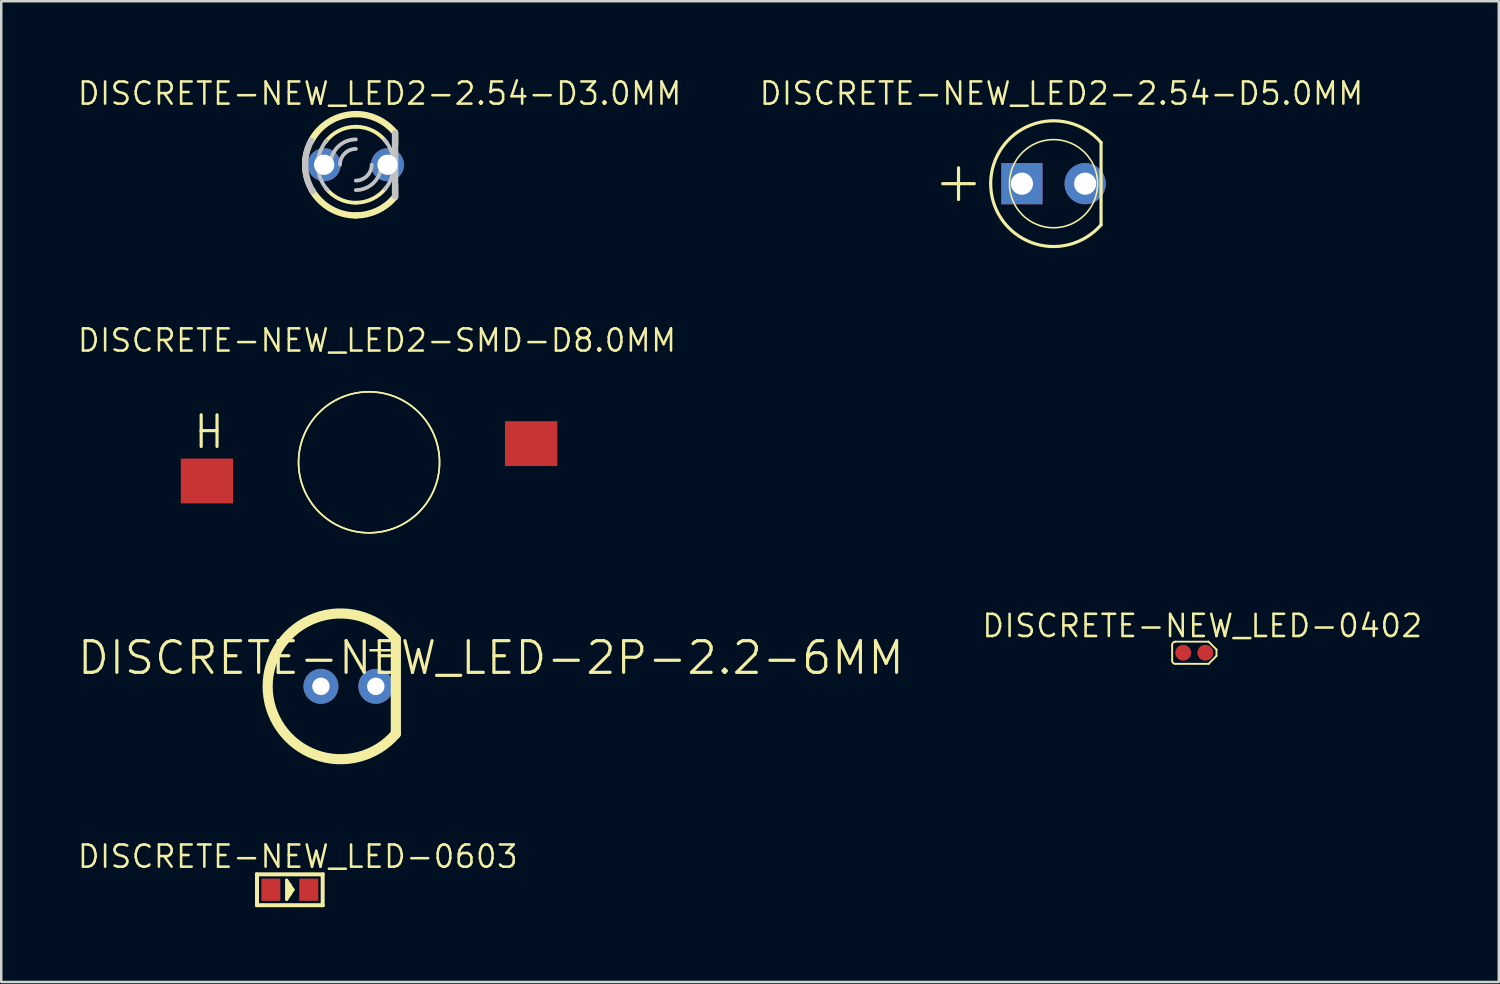
<source format=kicad_pcb>
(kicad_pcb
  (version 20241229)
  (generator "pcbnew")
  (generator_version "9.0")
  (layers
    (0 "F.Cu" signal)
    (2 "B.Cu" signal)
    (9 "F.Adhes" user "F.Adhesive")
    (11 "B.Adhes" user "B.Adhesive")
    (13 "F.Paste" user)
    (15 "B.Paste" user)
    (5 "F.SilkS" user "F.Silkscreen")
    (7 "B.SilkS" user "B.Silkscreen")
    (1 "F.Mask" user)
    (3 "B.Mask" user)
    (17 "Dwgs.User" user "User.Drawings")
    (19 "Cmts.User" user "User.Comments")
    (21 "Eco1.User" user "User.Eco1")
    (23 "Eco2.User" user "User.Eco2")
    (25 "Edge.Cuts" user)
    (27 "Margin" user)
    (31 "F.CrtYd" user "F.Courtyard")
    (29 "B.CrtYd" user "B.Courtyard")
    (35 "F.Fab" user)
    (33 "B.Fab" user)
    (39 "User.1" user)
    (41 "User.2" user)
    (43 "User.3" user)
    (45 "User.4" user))
  (footprint "DISCRETE-NEW_LED-0402"
    (layer "F.Cu")
    (at 44.84 23.124)
    (property "Reference" "DISCRETE-NEW_LED-0402" (at 0.318 -1.079 0) (layer "F.SilkS") (effects (font (size 0.889 0.889) (thickness 0.102))))
    (attr smd)
    (fp_line (start -0.889 0.318) (end -0.889 -0.318) (stroke (width 0.076) (type solid)) (layer "F.SilkS"))
    (fp_line (start -0.762 -0.445) (end 0.572 -0.445) (stroke (width 0.076) (type solid)) (layer "F.SilkS"))
    (fp_line (start 0.572 -0.445) (end 0.889 -0.127) (stroke (width 0.076) (type solid)) (layer "F.SilkS"))
    (fp_line (start 0.572 0.445) (end -0.762 0.445) (stroke (width 0.076) (type solid)) (layer "F.SilkS"))
    (fp_line (start 0.889 -0.127) (end 0.889 0.127) (stroke (width 0.076) (type solid)) (layer "F.SilkS"))
    (fp_line (start 0.889 0.127) (end 0.572 0.445) (stroke (width 0.076) (type solid)) (layer "F.SilkS"))
    (fp_arc (start -0.889 -0.3175) (mid -0.851803 -0.407303) (end -0.762 -0.4445) (stroke (width 0.0762) (type solid)) (layer "F.SilkS"))
    (fp_arc (start -0.762 0.4445) (mid -0.851803 0.407303) (end -0.889 0.3175) (stroke (width 0.0762) (type solid)) (layer "F.SilkS"))
    (pad "+" smd circle (at -0.445 0 90) (size 0.635 0.635) (layers "F.Cu" "F.Mask" "F.Paste"))
    (pad "-" smd circle (at 0.442 0 90) (size 0.635 0.635) (layers "F.Cu" "F.Mask" "F.Paste")))
  (footprint "DISCRETE-NEW_LED2-2.54-D5.0MM"
    (layer "F.Cu")
    (at 39.195 4.315)
    (property "Reference" "DISCRETE-NEW_LED2-2.54-D5.0MM" (at 0.318 -3.617 0) (layer "F.SilkS") (effects (font (size 0.889 0.889) (thickness 0.102))))
    (attr exclude_from_pos_files exclude_from_bom)
    (fp_line (start -3.81 0) (end -4.445 0) (stroke (width 0.127) (type solid)) (layer "F.SilkS"))
    (fp_line (start -3.81 0) (end -3.81 -0.635) (stroke (width 0.127) (type solid)) (layer "F.SilkS"))
    (fp_line (start -3.81 0) (end -3.81 0.635) (stroke (width 0.127) (type solid)) (layer "F.SilkS"))
    (fp_line (start -3.175 0) (end -3.81 0) (stroke (width 0.127) (type solid)) (layer "F.SilkS"))
    (fp_line (start 1.905 -1.651) (end 1.905 1.651) (stroke (width 0.127) (type solid)) (layer "F.SilkS"))
    (fp_arc (start 1.905 1.651) (mid -2.520878 0.001567) (end 1.902946 -1.653367) (stroke (width 0.127) (type solid)) (layer "F.SilkS"))
    (fp_circle (center 0 0) (end -1.25 1.25) (stroke (width 0.064) (type solid)) (fill no) (layer "F.SilkS"))
    (pad "+" thru_hole rect (at -1.267 0) (size 1.651 1.651) (drill 0.889) (layers "*.Cu" "*.Paste" "*.Mask"))
    (pad "-" thru_hole circle (at 1.267 0) (size 1.651 1.651) (drill 0.889) (layers "*.Cu" "*.Paste" "*.Mask")))
  (footprint "DISCRETE-NEW_LED2-2.54-D3.0MM"
    (layer "F.Cu")
    (at 11.218 3.556)
    (property "Reference" "DISCRETE-NEW_LED2-2.54-D3.0MM" (at 0.953 -2.857 0) (layer "F.SilkS") (effects (font (size 0.889 0.889) (thickness 0.102))))
    (attr exclude_from_pos_files exclude_from_bom)
    (fp_line (start 1.524 1.27) (end 1.524 -1.27) (stroke (width 0.127) (type solid)) (layer "F.SilkS"))
    (fp_line (start 1.575 -1.293) (end 1.575 -0.787) (stroke (width 0.254) (type solid)) (layer "F.SilkS"))
    (fp_line (start 1.575 1.293) (end 1.575 0.838) (stroke (width 0.254) (type solid)) (layer "F.SilkS"))
    (fp_arc (start -1.7907 -0.95504) (mid -1.044567 -1.739997) (end -0.000975 -2.02946) (stroke (width 0.254) (type solid)) (layer "F.SilkS"))
    (fp_arc (start -1.2192 -0.9144) (mid -0.681912 -1.362928) (end -0.000801 -1.524) (stroke (width 0.1524) (type solid)) (layer "F.SilkS"))
    (fp_arc (start 0 -2.032) (mid 0.860367 -1.840867) (end 1.55888 -1.303426) (stroke (width 0.254) (type solid)) (layer "F.SilkS"))
    (fp_arc (start 0 -1.524) (mid 0.696618 -1.35547) (end 1.239166 -0.887155) (stroke (width 0.1524) (type solid)) (layer "F.SilkS"))
    (fp_arc (start 0 1.524) (mid -0.669273 1.369179) (end -1.202564 0.936171) (stroke (width 0.1524) (type solid)) (layer "F.SilkS"))
    (fp_arc (start 0 2.032) (mid -1.01907 1.757988) (end -1.763299 1.009851) (stroke (width 0.254) (type solid)) (layer "F.SilkS"))
    (fp_arc (start 1.20142 0.93472) (mid 0.668882 1.367373) (end 0.000442 1.522206) (stroke (width 0.1524) (type solid)) (layer "F.SilkS"))
    (fp_arc (start 1.524 1.27) (mid -2.096491 0.001426) (end 1.522217 -1.272226) (stroke (width 0.127) (type solid)) (layer "F.SilkS"))
    (fp_arc (start 1.5494 1.31064) (mid 0.855154 1.840416) (end 0.002552 2.029387) (stroke (width 0.254) (type solid)) (layer "F.SilkS"))
    (fp_line (start 1.575 1.27) (end 1.575 -1.27) (stroke (width 0.254) (type solid)) (layer "Dwgs.User"))
    (fp_arc (start -2.032 0) (mid -1.970347 -0.496745) (end -1.78913 -0.963347) (stroke (width 0.254) (type solid)) (layer "Dwgs.User"))
    (fp_arc (start -1.72974 1.06426) (mid -1.954164 0.553076) (end -2.030923 0.0001) (stroke (width 0.254) (type solid)) (layer "Dwgs.User"))
    (fp_arc (start -1.524 0) (mid -1.432999 -0.518738) (end -1.170864 -0.975527) (stroke (width 0.1524) (type solid)) (layer "Dwgs.User"))
    (fp_arc (start -1.13792 1.01092) (mid -1.422742 0.540951) (end -1.522111 0.000469) (stroke (width 0.1524) (type solid)) (layer "Dwgs.User"))
    (fp_arc (start -1.016 0) (mid -0.71842 -0.71842) (end 0 -1.016) (stroke (width 0.1524) (type solid)) (layer "Dwgs.User"))
    (fp_arc (start -0.635 0) (mid -0.449013 -0.449013) (end 0 -0.635) (stroke (width 0.1524) (type solid)) (layer "Dwgs.User"))
    (fp_arc (start 0.635 0) (mid 0.449013 0.449013) (end 0 0.635) (stroke (width 0.1524) (type solid)) (layer "Dwgs.User"))
    (fp_arc (start 1.016 0) (mid 0.71842 0.71842) (end 0 1.016) (stroke (width 0.1524) (type solid)) (layer "Dwgs.User"))
    (fp_arc (start 1.1557 -0.9906) (mid 1.427593 -0.528119) (end 1.522147 -0.000034) (stroke (width 0.1524) (type solid)) (layer "Dwgs.User"))
    (fp_arc (start 1.524 0) (mid 1.432999 0.518738) (end 1.170864 0.975527) (stroke (width 0.1524) (type solid)) (layer "Dwgs.User"))
    (pad "A" thru_hole circle (at -1.27 0) (size 1.321 1.321) (drill 0.813) (layers "*.Cu" "*.Paste" "*.Mask"))
    (pad "K" thru_hole circle (at 1.27 0) (size 1.321 1.321) (drill 0.813) (layers "*.Cu" "*.Paste" "*.Mask")))
  (footprint "DISCRETE-NEW_LED-2P-2.2-6MM"
    (layer "F.Cu")
    (at 10.919 24.471)
    (property "Reference" "DISCRETE-NEW_LED-2P-2.2-6MM" (at 5.715 -1.143 0) (layer "F.SilkS") (effects (font (size 1.27 1.27) (thickness 0.127))))
    (attr exclude_from_pos_files exclude_from_bom)
    (fp_line (start 1.902 1.902) (end 1.902 -1.902) (stroke (width 0.406) (type solid)) (layer "F.SilkS"))
    (fp_line (start 2.032 1.905) (end 2.032 -1.905) (stroke (width 0.127) (type solid)) (layer "F.SilkS"))
    (fp_arc (start 1.90246 1.90246) (mid -3.236655 0.001106) (end 1.901019 -1.904138) (stroke (width 0.4064) (type solid)) (layer "F.SilkS"))
    (fp_arc (start 2.032 1.905) (mid -3.34226 0.000765) (end 2.031036 -1.906188) (stroke (width 0.127) (type solid)) (layer "F.SilkS"))
    (fp_text user "-" (at 1.27 -1.524 0) (layer "F.SilkS") (effects (font (size 1.016 1.016) (thickness 0.102))))
    (pad "+" thru_hole circle (at -1.1 0) (size 1.4 1.4) (drill 0.699) (layers "*.Cu" "*.Paste" "*.Mask"))
    (pad "-" thru_hole circle (at 1.1 0) (size 1.4 1.4) (drill 0.699) (layers "*.Cu" "*.Paste" "*.Mask")))
  (footprint "DISCRETE-NEW_LED2-SMD-D8.0MM"
    (layer "F.Cu")
    (at 11.748 15.488)
    (property "Reference" "DISCRETE-NEW_LED2-SMD-D8.0MM" (at 0.318 -4.889 0) (layer "F.SilkS") (effects (font (size 0.889 0.889) (thickness 0.102))))
    (attr smd)
    (fp_line (start -6.731 -1.905) (end -6.731 -1.27) (stroke (width 0.127) (type solid)) (layer "F.SilkS"))
    (fp_line (start -6.731 -1.27) (end -6.731 -0.635) (stroke (width 0.127) (type solid)) (layer "F.SilkS"))
    (fp_line (start -6.731 -1.27) (end -6.096 -1.27) (stroke (width 0.127) (type solid)) (layer "F.SilkS"))
    (fp_line (start -6.096 -1.905) (end -6.096 -0.635) (stroke (width 0.127) (type solid)) (layer "F.SilkS"))
    (fp_circle (center 0 0) (end -1.999 1.999) (stroke (width 0.064) (type solid)) (fill no) (layer "F.SilkS"))
    (fp_circle (center 0 0) (end -1.999 1.999) (stroke (width 0.064) (type solid)) (fill no) (layer "F.SilkS"))
    (pad "+" smd rect (at -6.5 0.749) (size 2.098 1.798) (layers "F.Cu" "F.Mask" "F.Paste"))
    (pad "-" smd rect (at 6.5 -0.749) (size 2.098 1.798) (layers "F.Cu" "F.Mask" "F.Paste")))
  (footprint "DISCRETE-NEW_LED-0603"
    (layer "F.Cu")
    (at 8.572 32.628)
    (property "Reference" "DISCRETE-NEW_LED-0603" (at 0.318 -1.333 0) (layer "F.SilkS") (effects (font (size 0.889 0.889) (thickness 0.102))))
    (attr smd)
    (fp_line (start -1.333 -0.635) (end 1.333 -0.635) (stroke (width 0.127) (type solid)) (layer "F.SilkS"))
    (fp_line (start -1.333 0.635) (end -1.333 -0.635) (stroke (width 0.127) (type solid)) (layer "F.SilkS"))
    (fp_line (start -1.27 -0.572) (end 1.27 -0.572) (stroke (width 0.066) (type solid)) (layer "F.SilkS"))
    (fp_line (start -1.27 0.572) (end -1.27 -0.572) (stroke (width 0.066) (type solid)) (layer "F.SilkS"))
    (fp_line (start -1.27 0.572) (end 1.27 0.572) (stroke (width 0.066) (type solid)) (layer "F.SilkS"))
    (fp_line (start -0.127 -0.381) (end -0.127 0.381) (stroke (width 0.127) (type solid)) (layer "F.SilkS"))
    (fp_line (start -0.127 0.381) (end 0 0.191) (stroke (width 0.127) (type solid)) (layer "F.SilkS"))
    (fp_line (start -0.064 -0.254) (end -0.064 0.254) (stroke (width 0.127) (type solid)) (layer "F.SilkS"))
    (fp_line (start 0 -0.191) (end -0.127 -0.381) (stroke (width 0.127) (type solid)) (layer "F.SilkS"))
    (fp_line (start 0 -0.191) (end 0 0.191) (stroke (width 0.127) (type solid)) (layer "F.SilkS"))
    (fp_line (start 0 0.191) (end 0.127 0) (stroke (width 0.127) (type solid)) (layer "F.SilkS"))
    (fp_line (start 0.127 0) (end 0 -0.191) (stroke (width 0.127) (type solid)) (layer "F.SilkS"))
    (fp_line (start 1.27 0.572) (end 1.27 -0.572) (stroke (width 0.066) (type solid)) (layer "F.SilkS"))
    (fp_line (start 1.333 -0.635) (end 1.333 0.635) (stroke (width 0.127) (type solid)) (layer "F.SilkS"))
    (fp_line (start 1.333 0.635) (end -1.333 0.635) (stroke (width 0.127) (type solid)) (layer "F.SilkS"))
    (pad "+" smd rect (at -0.762 0) (size 0.762 0.889) (layers "F.Cu" "F.Mask" "F.Paste"))
    (pad "-" smd rect (at 0.759 0) (size 0.762 0.889) (layers "F.Cu" "F.Mask" "F.Paste")))
  (gr_rect
    (start -3 -3)
    (end 57.048 36.326)
    (stroke (width 0.1) (type default))
    (fill no)
    (layer "Edge.Cuts")))
</source>
